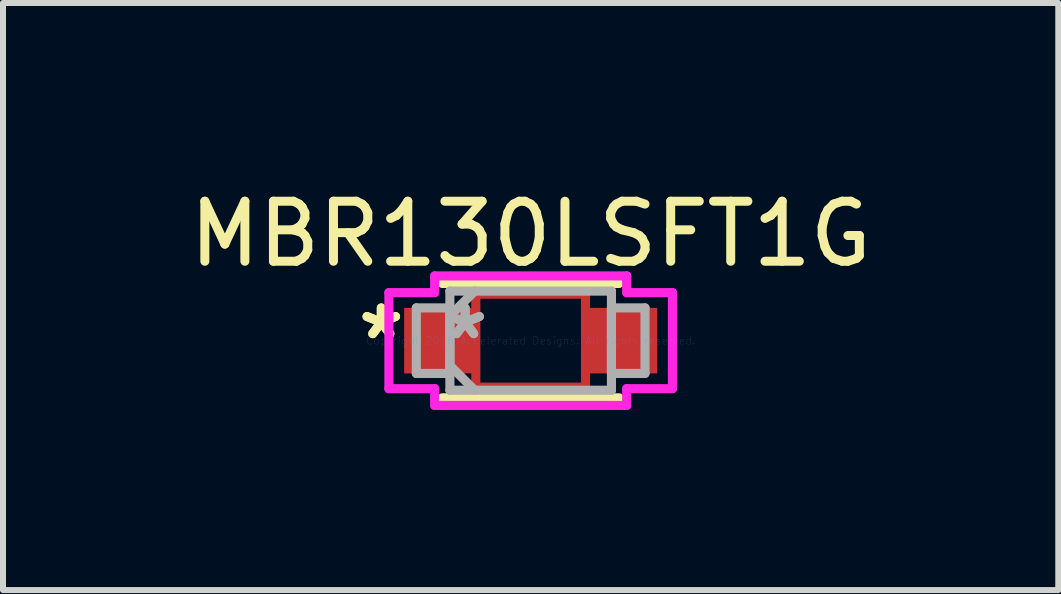
<source format=kicad_pcb>
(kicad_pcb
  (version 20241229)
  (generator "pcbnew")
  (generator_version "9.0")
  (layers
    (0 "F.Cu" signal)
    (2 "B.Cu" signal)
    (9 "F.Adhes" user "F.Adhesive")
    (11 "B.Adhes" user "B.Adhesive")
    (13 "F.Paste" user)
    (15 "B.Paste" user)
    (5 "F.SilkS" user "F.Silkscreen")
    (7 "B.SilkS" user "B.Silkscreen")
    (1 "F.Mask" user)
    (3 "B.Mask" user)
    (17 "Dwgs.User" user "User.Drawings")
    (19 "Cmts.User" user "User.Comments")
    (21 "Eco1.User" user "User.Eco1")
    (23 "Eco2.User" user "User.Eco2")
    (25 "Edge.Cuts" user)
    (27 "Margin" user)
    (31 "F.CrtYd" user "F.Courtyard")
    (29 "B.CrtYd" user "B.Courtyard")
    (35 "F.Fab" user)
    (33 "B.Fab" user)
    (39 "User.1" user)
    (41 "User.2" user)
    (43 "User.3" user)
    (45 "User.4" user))
  (footprint "MBR130LSFT1G"
    (layer "F.Cu")
    (at 5.792 2.626)
    (property "Reference" "MBR130LSFT1G" (at 0 -1.778 0) (layer "F.SilkS") (effects (font (size 1 1) (thickness 0.15))))
    (attr through_hole)
    (fp_line (start -0.914 -0.775) (end 0.914 -0.775) (stroke (width 0.152) (type solid)) (layer "F.Cu"))
    (fp_line (start -0.914 0.775) (end -0.914 -0.775) (stroke (width 0.152) (type solid)) (layer "F.Cu"))
    (fp_line (start 0.914 -0.775) (end 0.914 0.775) (stroke (width 0.152) (type solid)) (layer "F.Cu"))
    (fp_line (start 0.914 0.775) (end -0.914 0.775) (stroke (width 0.152) (type solid)) (layer "F.Cu"))
    (fp_line (start -1.473 0.953) (end 1.473 0.953) (stroke (width 0.152) (type solid)) (layer "F.SilkS"))
    (fp_line (start 1.473 -0.953) (end -1.473 -0.953) (stroke (width 0.152) (type solid)) (layer "F.SilkS"))
    (fp_line (start -2.362 -0.8) (end -1.6 -0.8) (stroke (width 0.152) (type solid)) (layer "F.CrtYd"))
    (fp_line (start -2.362 0.8) (end -2.362 -0.8) (stroke (width 0.152) (type solid)) (layer "F.CrtYd"))
    (fp_line (start -1.6 -1.079) (end 1.6 -1.079) (stroke (width 0.152) (type solid)) (layer "F.CrtYd"))
    (fp_line (start -1.6 -0.8) (end -1.6 -1.079) (stroke (width 0.152) (type solid)) (layer "F.CrtYd"))
    (fp_line (start -1.6 0.8) (end -2.362 0.8) (stroke (width 0.152) (type solid)) (layer "F.CrtYd"))
    (fp_line (start -1.6 1.079) (end -1.6 0.8) (stroke (width 0.152) (type solid)) (layer "F.CrtYd"))
    (fp_line (start 1.6 -1.079) (end 1.6 -0.8) (stroke (width 0.152) (type solid)) (layer "F.CrtYd"))
    (fp_line (start 1.6 -0.8) (end 2.362 -0.8) (stroke (width 0.152) (type solid)) (layer "F.CrtYd"))
    (fp_line (start 1.6 0.8) (end 1.6 1.079) (stroke (width 0.152) (type solid)) (layer "F.CrtYd"))
    (fp_line (start 1.6 1.079) (end -1.6 1.079) (stroke (width 0.152) (type solid)) (layer "F.CrtYd"))
    (fp_line (start 2.362 -0.8) (end 2.362 0.8) (stroke (width 0.152) (type solid)) (layer "F.CrtYd"))
    (fp_line (start 2.362 0.8) (end 1.6 0.8) (stroke (width 0.152) (type solid)) (layer "F.CrtYd"))
    (fp_line (start -1.905 -0.546) (end -1.905 0.546) (stroke (width 0.152) (type solid)) (layer "F.Fab"))
    (fp_line (start -1.905 0.546) (end -1.346 0.546) (stroke (width 0.152) (type solid)) (layer "F.Fab"))
    (fp_line (start -1.346 -0.826) (end -1.346 0.826) (stroke (width 0.152) (type solid)) (layer "F.Fab"))
    (fp_line (start -1.346 -0.546) (end -1.905 -0.546) (stroke (width 0.152) (type solid)) (layer "F.Fab"))
    (fp_line (start -1.346 -0.413) (end -0.933 -0.826) (stroke (width 0.152) (type solid)) (layer "F.Fab"))
    (fp_line (start -1.346 0.413) (end -0.933 0.826) (stroke (width 0.152) (type solid)) (layer "F.Fab"))
    (fp_line (start -1.346 0.546) (end -1.346 -0.546) (stroke (width 0.152) (type solid)) (layer "F.Fab"))
    (fp_line (start -1.346 0.826) (end 1.346 0.826) (stroke (width 0.152) (type solid)) (layer "F.Fab"))
    (fp_line (start 1.346 -0.826) (end -1.346 -0.826) (stroke (width 0.152) (type solid)) (layer "F.Fab"))
    (fp_line (start 1.346 -0.546) (end 1.346 0.546) (stroke (width 0.152) (type solid)) (layer "F.Fab"))
    (fp_line (start 1.346 0.546) (end 1.905 0.546) (stroke (width 0.152) (type solid)) (layer "F.Fab"))
    (fp_line (start 1.346 0.826) (end 1.346 -0.826) (stroke (width 0.152) (type solid)) (layer "F.Fab"))
    (fp_line (start 1.905 -0.546) (end 1.346 -0.546) (stroke (width 0.152) (type solid)) (layer "F.Fab"))
    (fp_line (start 1.905 0.546) (end 1.905 -0.546) (stroke (width 0.152) (type solid)) (layer "F.Fab"))
    (fp_text user "*" (at -2.489 0 0) (layer "F.SilkS") (effects (font (size 1 1) (thickness 0.15))))
    (fp_text user "*" (at -2.489 0 0) (layer "F.SilkS") (effects (font (size 1 1) (thickness 0.15))))
    (fp_text user "Copyright 2016 Accelerated Designs. All rights reserved." (at 0 0 0) (layer "Cmts.User") (effects (font (size 0.127 0.127) (thickness 0.002))))
    (fp_text user "*" (at -1.092 0 0) (layer "F.Fab") (effects (font (size 1 1) (thickness 0.15))))
    (fp_text user "*" (at -1.092 0 0) (layer "F.Fab") (effects (font (size 1 1) (thickness 0.15))))
    (pad "1" smd rect (at -1.537 0) (size 1.143 1.092) (layers "F.Cu" "F.Mask" "F.Paste"))
    (pad "2" smd rect (at 1.537 0) (size 1.143 1.092) (layers "F.Cu" "F.Mask" "F.Paste")))
  (gr_rect
    (start -3 -3)
    (end 14.583 6.782)
    (stroke (width 0.1) (type default))
    (fill no)
    (layer "Edge.Cuts")))
</source>
